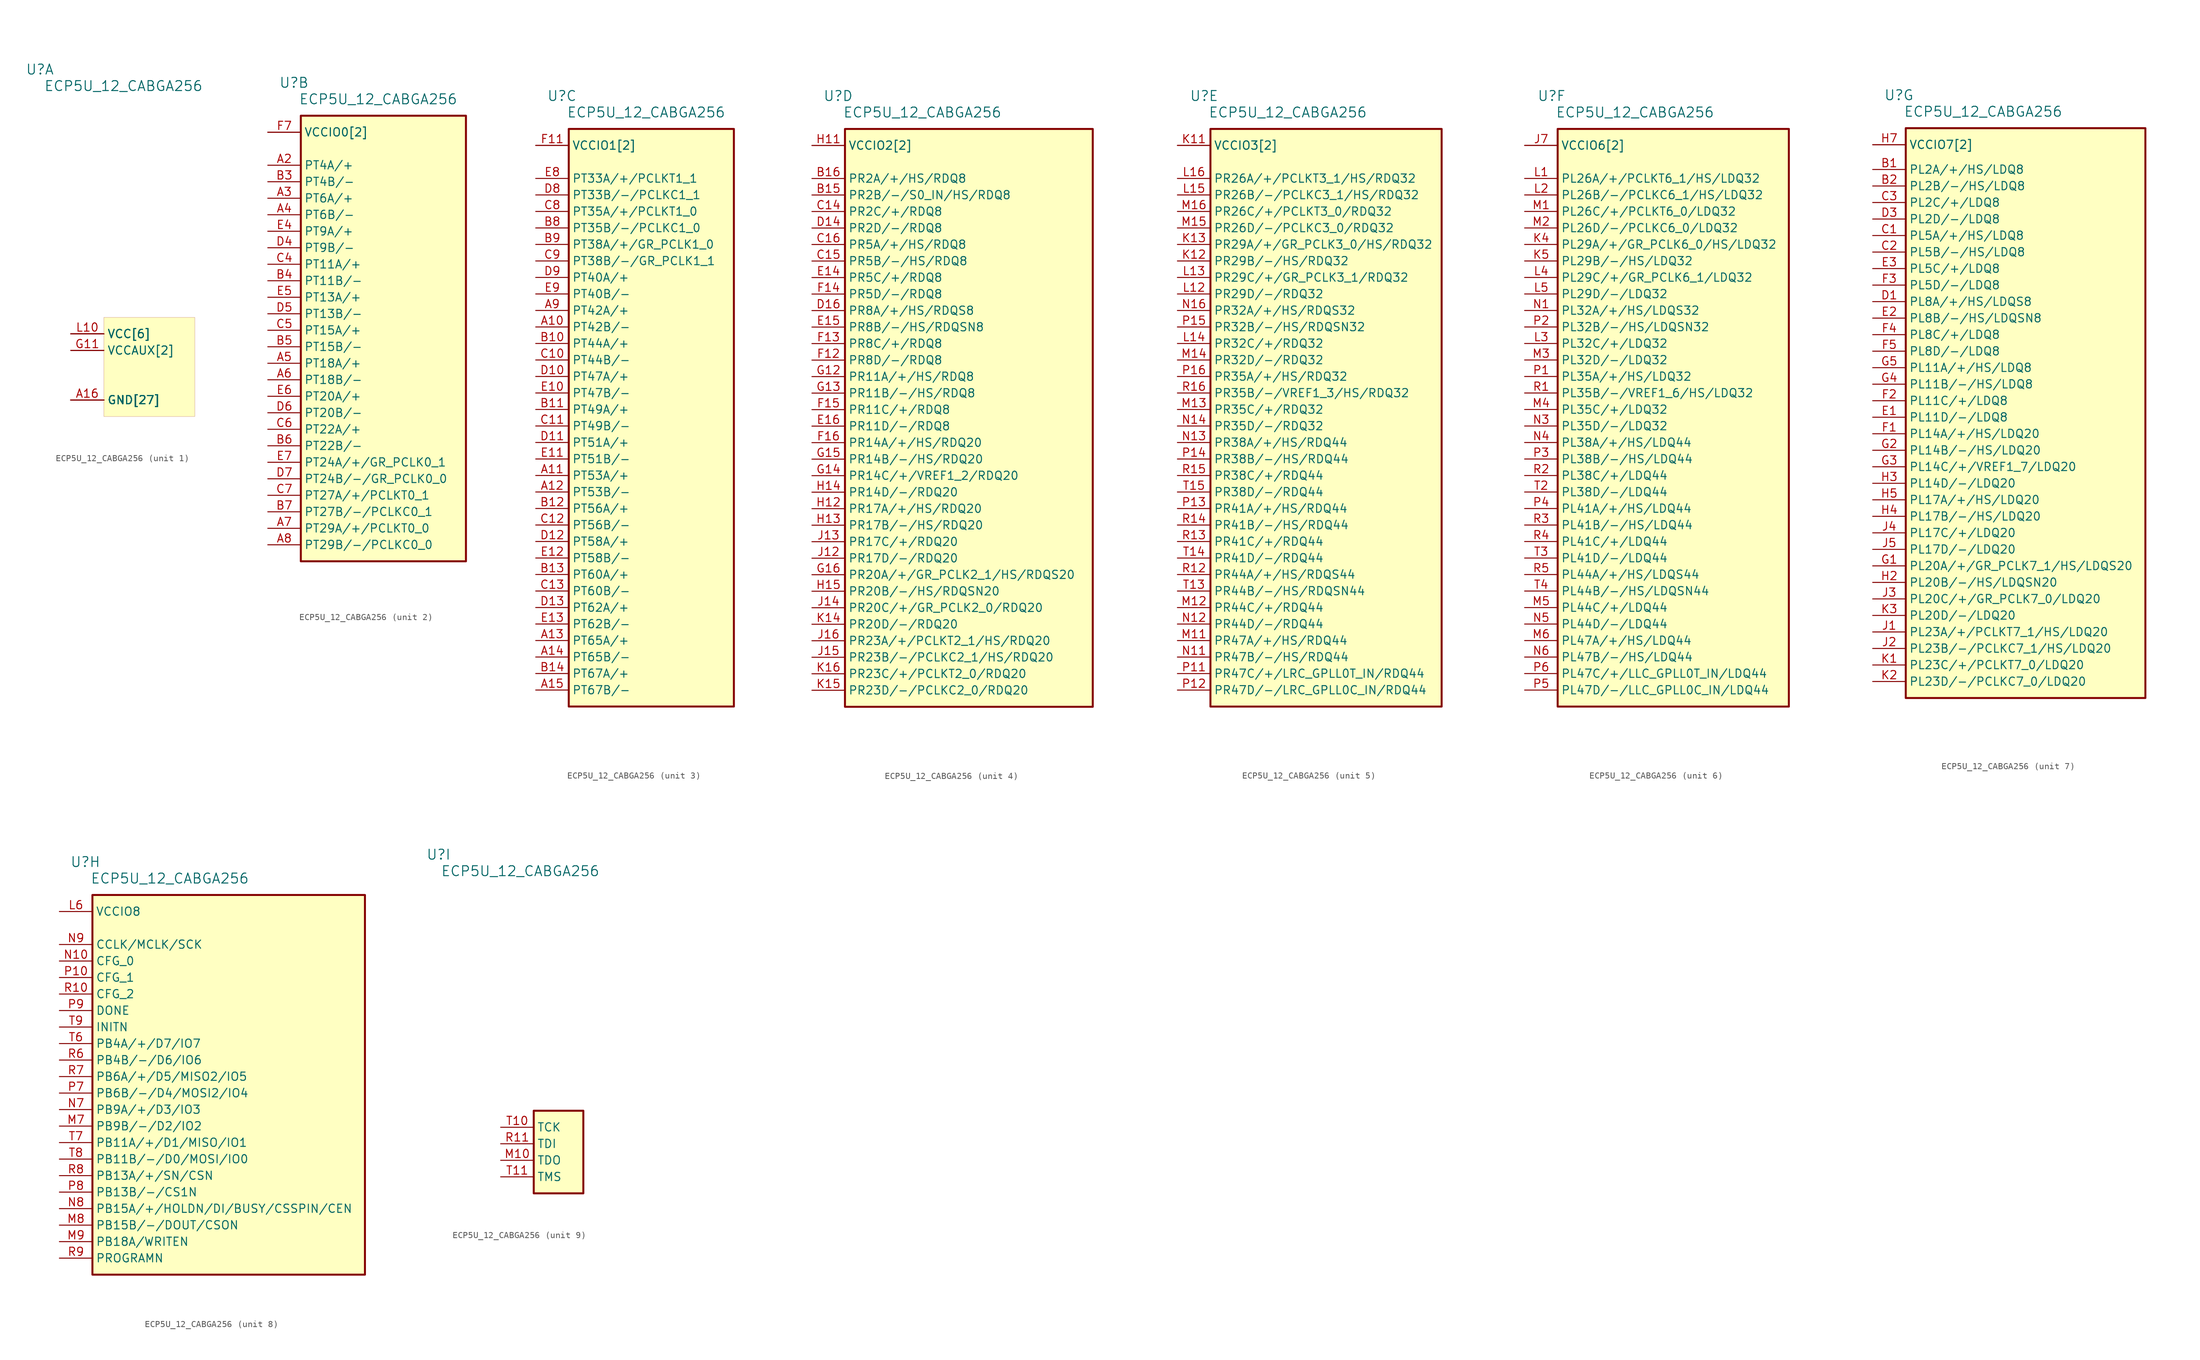
<source format=kicad_sym>
(kicad_symbol_lib
  (version 20231120)
  (generator "kicad_symbol_editor")
  (generator_version "8.0")
  (symbol "ECP5U_12_CABGA256"
    (property "Reference" "U"
      (at -15.24 45.72 0)
      (effects (font (size 1.524 1.524)) (justify right)))
    (property "Value" "ECP5U_12_CABGA256"
      (at 7.62 43.18 0)
      (effects (font (size 1.524 1.524)) (justify right)))
    (property "ki_locked" ""
      (at 0 0 0)
      (effects (font (size 1.27 1.27))))
    (symbol "ECP5U_12_CABGA256_1_1"
      (rectangle (start -7.62 7.62) (end 6.35 -7.62) (stroke (width 0.001) (type default)) (fill (type background)))
      (pin power_in line (at -12.7 -5.08 0) (length 5.08) (name "GND[27]" (effects (font (size 1.27 1.27)))) (number "A1" (effects (font (size 0 0)))))
      (pin power_in line (at -12.7 -5.08 0) (length 5.08) (name "GND[27]" (effects (font (size 1.27 1.27)))) (number "A16" (effects (font (size 1.27 1.27)))))
      (pin power_in line (at -12.7 -5.08 0) (length 5.08) (name "GND[27]" (effects (font (size 1.27 1.27)))) (number "D15" (effects (font (size 0 0)))))
      (pin power_in line (at -12.7 -5.08 0) (length 5.08) (name "GND[27]" (effects (font (size 1.27 1.27)))) (number "D2" (effects (font (size 0 0)))))
      (pin power_in line (at -12.7 -5.08 0) (length 5.08) (name "GND[27]" (effects (font (size 1.27 1.27)))) (number "F8" (effects (font (size 0 0)))))
      (pin power_in line (at -12.7 -5.08 0) (length 5.08) (name "GND[27]" (effects (font (size 1.27 1.27)))) (number "F9" (effects (font (size 0 0)))))
      (pin power_in line (at -12.7 -5.08 0) (length 5.08) (name "GND[27]" (effects (font (size 1.27 1.27)))) (number "G10" (effects (font (size 0 0)))))
      (pin power_in line (at -12.7 2.54 0) (length 5.08) (name "VCCAUX[2]" (effects (font (size 1.27 1.27)))) (number "G11" (effects (font (size 1.27 1.27)))))
      (pin power_in line (at -12.7 5.08 0) (length 5.08) (name "VCC[6]" (effects (font (size 1.27 1.27)))) (number "G6" (effects (font (size 0 0)))))
      (pin power_in line (at -12.7 5.08 0) (length 5.08) (name "VCC[6]" (effects (font (size 1.27 1.27)))) (number "G7" (effects (font (size 0 0)))))
      (pin power_in line (at -12.7 -5.08 0) (length 5.08) (name "GND[27]" (effects (font (size 1.27 1.27)))) (number "G8" (effects (font (size 0 0)))))
      (pin power_in line (at -12.7 5.08 0) (length 5.08) (name "VCC[6]" (effects (font (size 1.27 1.27)))) (number "G9" (effects (font (size 0 0)))))
      (pin power_in line (at -12.7 -5.08 0) (length 5.08) (name "GND[27]" (effects (font (size 1.27 1.27)))) (number "H1" (effects (font (size 0 0)))))
      (pin power_in line (at -12.7 -5.08 0) (length 5.08) (name "GND[27]" (effects (font (size 1.27 1.27)))) (number "H10" (effects (font (size 0 0)))))
      (pin power_in line (at -12.7 -5.08 0) (length 5.08) (name "GND[27]" (effects (font (size 1.27 1.27)))) (number "H16" (effects (font (size 0 0)))))
      (pin power_in line (at -12.7 -5.08 0) (length 5.08) (name "GND[27]" (effects (font (size 1.27 1.27)))) (number "H8" (effects (font (size 0 0)))))
      (pin power_in line (at -12.7 -5.08 0) (length 5.08) (name "GND[27]" (effects (font (size 1.27 1.27)))) (number "H9" (effects (font (size 0 0)))))
      (pin power_in line (at -12.7 -5.08 0) (length 5.08) (name "GND[27]" (effects (font (size 1.27 1.27)))) (number "J10" (effects (font (size 0 0)))))
      (pin power_in line (at -12.7 -5.08 0) (length 5.08) (name "GND[27]" (effects (font (size 1.27 1.27)))) (number "J8" (effects (font (size 0 0)))))
      (pin power_in line (at -12.7 -5.08 0) (length 5.08) (name "GND[27]" (effects (font (size 1.27 1.27)))) (number "J9" (effects (font (size 0 0)))))
      (pin power_in line (at -12.7 -5.08 0) (length 5.08) (name "GND[27]" (effects (font (size 1.27 1.27)))) (number "K10" (effects (font (size 0 0)))))
      (pin power_in line (at -12.7 -5.08 0) (length 5.08) (name "GND[27]" (effects (font (size 1.27 1.27)))) (number "K6" (effects (font (size 0 0)))))
      (pin power_in line (at -12.7 -5.08 0) (length 5.08) (name "GND[27]" (effects (font (size 1.27 1.27)))) (number "K7" (effects (font (size 0 0)))))
      (pin power_in line (at -12.7 -5.08 0) (length 5.08) (name "GND[27]" (effects (font (size 1.27 1.27)))) (number "K8" (effects (font (size 0 0)))))
      (pin power_in line (at -12.7 -5.08 0) (length 5.08) (name "GND[27]" (effects (font (size 1.27 1.27)))) (number "K9" (effects (font (size 0 0)))))
      (pin power_in line (at -12.7 5.08 0) (length 5.08) (name "VCC[6]" (effects (font (size 1.27 1.27)))) (number "L10" (effects (font (size 1.27 1.27)))))
      (pin power_in line (at -12.7 2.54 0) (length 5.08) (name "VCCAUX[2]" (effects (font (size 1.27 1.27)))) (number "L7" (effects (font (size 0 0)))))
      (pin power_in line (at -12.7 5.08 0) (length 5.08) (name "VCC[6]" (effects (font (size 1.27 1.27)))) (number "L8" (effects (font (size 0 0)))))
      (pin power_in line (at -12.7 5.08 0) (length 5.08) (name "VCC[6]" (effects (font (size 1.27 1.27)))) (number "L9" (effects (font (size 0 0)))))
      (pin power_in line (at -12.7 -5.08 0) (length 5.08) (name "GND[27]" (effects (font (size 1.27 1.27)))) (number "N15" (effects (font (size 0 0)))))
      (pin power_in line (at -12.7 -5.08 0) (length 5.08) (name "GND[27]" (effects (font (size 1.27 1.27)))) (number "N2" (effects (font (size 0 0)))))
      (pin power_in line (at -12.7 -5.08 0) (length 5.08) (name "GND[27]" (effects (font (size 1.27 1.27)))) (number "T1" (effects (font (size 0 0)))))
      (pin power_in line (at -12.7 -5.08 0) (length 5.08) (name "GND[27]" (effects (font (size 1.27 1.27)))) (number "T12" (effects (font (size 0 0)))))
      (pin power_in line (at -12.7 -5.08 0) (length 5.08) (name "GND[27]" (effects (font (size 1.27 1.27)))) (number "T16" (effects (font (size 0 0)))))
      (pin power_in line (at -12.7 -5.08 0) (length 5.08) (name "GND[27]" (effects (font (size 1.27 1.27)))) (number "T5" (effects (font (size 0 0))))))
    (symbol "ECP5U_12_CABGA256_2_1"
      (rectangle (start -16.51 40.64) (end 8.89 -27.94) (stroke (width 0.305) (type default)) (fill (type background)))
      (pin bidirectional line (at -21.59 33.02 0) (length 5.08) (name "PT4A/+" (effects (font (size 1.27 1.27)))) (number "A2" (effects (font (size 1.27 1.27)))))
      (pin bidirectional line (at -21.59 27.94 0) (length 5.08) (name "PT6A/+" (effects (font (size 1.27 1.27)))) (number "A3" (effects (font (size 1.27 1.27)))))
      (pin bidirectional line (at -21.59 25.4 0) (length 5.08) (name "PT6B/-" (effects (font (size 1.27 1.27)))) (number "A4" (effects (font (size 1.27 1.27)))))
      (pin bidirectional line (at -21.59 2.54 0) (length 5.08) (name "PT18A/+" (effects (font (size 1.27 1.27)))) (number "A5" (effects (font (size 1.27 1.27)))))
      (pin bidirectional line (at -21.59 0 0) (length 5.08) (name "PT18B/-" (effects (font (size 1.27 1.27)))) (number "A6" (effects (font (size 1.27 1.27)))))
      (pin bidirectional line (at -21.59 -22.86 0) (length 5.08) (name "PT29A/+/PCLKT0_0" (effects (font (size 1.27 1.27)))) (number "A7" (effects (font (size 1.27 1.27)))))
      (pin bidirectional line (at -21.59 -25.4 0) (length 5.08) (name "PT29B/-/PCLKC0_0" (effects (font (size 1.27 1.27)))) (number "A8" (effects (font (size 1.27 1.27)))))
      (pin bidirectional line (at -21.59 30.48 0) (length 5.08) (name "PT4B/-" (effects (font (size 1.27 1.27)))) (number "B3" (effects (font (size 1.27 1.27)))))
      (pin bidirectional line (at -21.59 15.24 0) (length 5.08) (name "PT11B/-" (effects (font (size 1.27 1.27)))) (number "B4" (effects (font (size 1.27 1.27)))))
      (pin bidirectional line (at -21.59 5.08 0) (length 5.08) (name "PT15B/-" (effects (font (size 1.27 1.27)))) (number "B5" (effects (font (size 1.27 1.27)))))
      (pin bidirectional line (at -21.59 -10.16 0) (length 5.08) (name "PT22B/-" (effects (font (size 1.27 1.27)))) (number "B6" (effects (font (size 1.27 1.27)))))
      (pin bidirectional line (at -21.59 -20.32 0) (length 5.08) (name "PT27B/-/PCLKC0_1" (effects (font (size 1.27 1.27)))) (number "B7" (effects (font (size 1.27 1.27)))))
      (pin bidirectional line (at -21.59 17.78 0) (length 5.08) (name "PT11A/+" (effects (font (size 1.27 1.27)))) (number "C4" (effects (font (size 1.27 1.27)))))
      (pin bidirectional line (at -21.59 7.62 0) (length 5.08) (name "PT15A/+" (effects (font (size 1.27 1.27)))) (number "C5" (effects (font (size 1.27 1.27)))))
      (pin bidirectional line (at -21.59 -7.62 0) (length 5.08) (name "PT22A/+" (effects (font (size 1.27 1.27)))) (number "C6" (effects (font (size 1.27 1.27)))))
      (pin bidirectional line (at -21.59 -17.78 0) (length 5.08) (name "PT27A/+/PCLKT0_1" (effects (font (size 1.27 1.27)))) (number "C7" (effects (font (size 1.27 1.27)))))
      (pin bidirectional line (at -21.59 20.32 0) (length 5.08) (name "PT9B/-" (effects (font (size 1.27 1.27)))) (number "D4" (effects (font (size 1.27 1.27)))))
      (pin bidirectional line (at -21.59 10.16 0) (length 5.08) (name "PT13B/-" (effects (font (size 1.27 1.27)))) (number "D5" (effects (font (size 1.27 1.27)))))
      (pin bidirectional line (at -21.59 -5.08 0) (length 5.08) (name "PT20B/-" (effects (font (size 1.27 1.27)))) (number "D6" (effects (font (size 1.27 1.27)))))
      (pin bidirectional line (at -21.59 -15.24 0) (length 5.08) (name "PT24B/-/GR_PCLK0_0" (effects (font (size 1.27 1.27)))) (number "D7" (effects (font (size 1.27 1.27)))))
      (pin bidirectional line (at -21.59 22.86 0) (length 5.08) (name "PT9A/+" (effects (font (size 1.27 1.27)))) (number "E4" (effects (font (size 1.27 1.27)))))
      (pin bidirectional line (at -21.59 12.7 0) (length 5.08) (name "PT13A/+" (effects (font (size 1.27 1.27)))) (number "E5" (effects (font (size 1.27 1.27)))))
      (pin bidirectional line (at -21.59 -2.54 0) (length 5.08) (name "PT20A/+" (effects (font (size 1.27 1.27)))) (number "E6" (effects (font (size 1.27 1.27)))))
      (pin bidirectional line (at -21.59 -12.7 0) (length 5.08) (name "PT24A/+/GR_PCLK0_1" (effects (font (size 1.27 1.27)))) (number "E7" (effects (font (size 1.27 1.27)))))
      (pin power_in line (at -21.59 38.1 0) (length 5.08) (name "VCCIO0[2]" (effects (font (size 1.27 1.27)))) (number "F6" (effects (font (size 0 0)))))
      (pin power_in line (at -21.59 38.1 0) (length 5.08) (name "VCCIO0[2]" (effects (font (size 1.27 1.27)))) (number "F7" (effects (font (size 1.27 1.27))))))
    (symbol "ECP5U_12_CABGA256_3_1"
      (rectangle (start -16.51 40.64) (end 8.89 -48.26) (stroke (width 0.305) (type default)) (fill (type background)))
      (pin bidirectional line (at -21.59 10.16 0) (length 5.08) (name "PT42B/-" (effects (font (size 1.27 1.27)))) (number "A10" (effects (font (size 1.27 1.27)))))
      (pin bidirectional line (at -21.59 -12.7 0) (length 5.08) (name "PT53A/+" (effects (font (size 1.27 1.27)))) (number "A11" (effects (font (size 1.27 1.27)))))
      (pin bidirectional line (at -21.59 -15.24 0) (length 5.08) (name "PT53B/-" (effects (font (size 1.27 1.27)))) (number "A12" (effects (font (size 1.27 1.27)))))
      (pin bidirectional line (at -21.59 -38.1 0) (length 5.08) (name "PT65A/+" (effects (font (size 1.27 1.27)))) (number "A13" (effects (font (size 1.27 1.27)))))
      (pin bidirectional line (at -21.59 -40.64 0) (length 5.08) (name "PT65B/-" (effects (font (size 1.27 1.27)))) (number "A14" (effects (font (size 1.27 1.27)))))
      (pin bidirectional line (at -21.59 -45.72 0) (length 5.08) (name "PT67B/-" (effects (font (size 1.27 1.27)))) (number "A15" (effects (font (size 1.27 1.27)))))
      (pin bidirectional line (at -21.59 12.7 0) (length 5.08) (name "PT42A/+" (effects (font (size 1.27 1.27)))) (number "A9" (effects (font (size 1.27 1.27)))))
      (pin bidirectional line (at -21.59 7.62 0) (length 5.08) (name "PT44A/+" (effects (font (size 1.27 1.27)))) (number "B10" (effects (font (size 1.27 1.27)))))
      (pin bidirectional line (at -21.59 -2.54 0) (length 5.08) (name "PT49A/+" (effects (font (size 1.27 1.27)))) (number "B11" (effects (font (size 1.27 1.27)))))
      (pin bidirectional line (at -21.59 -17.78 0) (length 5.08) (name "PT56A/+" (effects (font (size 1.27 1.27)))) (number "B12" (effects (font (size 1.27 1.27)))))
      (pin bidirectional line (at -21.59 -27.94 0) (length 5.08) (name "PT60A/+" (effects (font (size 1.27 1.27)))) (number "B13" (effects (font (size 1.27 1.27)))))
      (pin bidirectional line (at -21.59 -43.18 0) (length 5.08) (name "PT67A/+" (effects (font (size 1.27 1.27)))) (number "B14" (effects (font (size 1.27 1.27)))))
      (pin bidirectional line (at -21.59 25.4 0) (length 5.08) (name "PT35B/-/PCLKC1_0" (effects (font (size 1.27 1.27)))) (number "B8" (effects (font (size 1.27 1.27)))))
      (pin bidirectional line (at -21.59 22.86 0) (length 5.08) (name "PT38A/+/GR_PCLK1_0" (effects (font (size 1.27 1.27)))) (number "B9" (effects (font (size 1.27 1.27)))))
      (pin bidirectional line (at -21.59 5.08 0) (length 5.08) (name "PT44B/-" (effects (font (size 1.27 1.27)))) (number "C10" (effects (font (size 1.27 1.27)))))
      (pin bidirectional line (at -21.59 -5.08 0) (length 5.08) (name "PT49B/-" (effects (font (size 1.27 1.27)))) (number "C11" (effects (font (size 1.27 1.27)))))
      (pin bidirectional line (at -21.59 -20.32 0) (length 5.08) (name "PT56B/-" (effects (font (size 1.27 1.27)))) (number "C12" (effects (font (size 1.27 1.27)))))
      (pin bidirectional line (at -21.59 -30.48 0) (length 5.08) (name "PT60B/-" (effects (font (size 1.27 1.27)))) (number "C13" (effects (font (size 1.27 1.27)))))
      (pin bidirectional line (at -21.59 27.94 0) (length 5.08) (name "PT35A/+/PCLKT1_0" (effects (font (size 1.27 1.27)))) (number "C8" (effects (font (size 1.27 1.27)))))
      (pin bidirectional line (at -21.59 20.32 0) (length 5.08) (name "PT38B/-/GR_PCLK1_1" (effects (font (size 1.27 1.27)))) (number "C9" (effects (font (size 1.27 1.27)))))
      (pin bidirectional line (at -21.59 2.54 0) (length 5.08) (name "PT47A/+" (effects (font (size 1.27 1.27)))) (number "D10" (effects (font (size 1.27 1.27)))))
      (pin bidirectional line (at -21.59 -7.62 0) (length 5.08) (name "PT51A/+" (effects (font (size 1.27 1.27)))) (number "D11" (effects (font (size 1.27 1.27)))))
      (pin bidirectional line (at -21.59 -22.86 0) (length 5.08) (name "PT58A/+" (effects (font (size 1.27 1.27)))) (number "D12" (effects (font (size 1.27 1.27)))))
      (pin bidirectional line (at -21.59 -33.02 0) (length 5.08) (name "PT62A/+" (effects (font (size 1.27 1.27)))) (number "D13" (effects (font (size 1.27 1.27)))))
      (pin bidirectional line (at -21.59 30.48 0) (length 5.08) (name "PT33B/-/PCLKC1_1" (effects (font (size 1.27 1.27)))) (number "D8" (effects (font (size 1.27 1.27)))))
      (pin bidirectional line (at -21.59 17.78 0) (length 5.08) (name "PT40A/+" (effects (font (size 1.27 1.27)))) (number "D9" (effects (font (size 1.27 1.27)))))
      (pin bidirectional line (at -21.59 0 0) (length 5.08) (name "PT47B/-" (effects (font (size 1.27 1.27)))) (number "E10" (effects (font (size 1.27 1.27)))))
      (pin bidirectional line (at -21.59 -10.16 0) (length 5.08) (name "PT51B/-" (effects (font (size 1.27 1.27)))) (number "E11" (effects (font (size 1.27 1.27)))))
      (pin bidirectional line (at -21.59 -25.4 0) (length 5.08) (name "PT58B/-" (effects (font (size 1.27 1.27)))) (number "E12" (effects (font (size 1.27 1.27)))))
      (pin bidirectional line (at -21.59 -35.56 0) (length 5.08) (name "PT62B/-" (effects (font (size 1.27 1.27)))) (number "E13" (effects (font (size 1.27 1.27)))))
      (pin bidirectional line (at -21.59 33.02 0) (length 5.08) (name "PT33A/+/PCLKT1_1" (effects (font (size 1.27 1.27)))) (number "E8" (effects (font (size 1.27 1.27)))))
      (pin bidirectional line (at -21.59 15.24 0) (length 5.08) (name "PT40B/-" (effects (font (size 1.27 1.27)))) (number "E9" (effects (font (size 1.27 1.27)))))
      (pin power_in line (at -21.59 38.1 0) (length 5.08) (name "VCCIO1[2]" (effects (font (size 1.27 1.27)))) (number "F10" (effects (font (size 0 0)))))
      (pin power_in line (at -21.59 38.1 0) (length 5.08) (name "VCCIO1[2]" (effects (font (size 1.27 1.27)))) (number "F11" (effects (font (size 1.27 1.27))))))
    (symbol "ECP5U_12_CABGA256_4_1"
      (rectangle (start -16.51 40.64) (end 21.59 -48.26) (stroke (width 0.305) (type default)) (fill (type background)))
      (pin bidirectional line (at -21.59 30.48 0) (length 5.08) (name "PR2B/-/S0_IN/HS/RDQ8" (effects (font (size 1.27 1.27)))) (number "B15" (effects (font (size 1.27 1.27)))))
      (pin bidirectional line (at -21.59 33.02 0) (length 5.08) (name "PR2A/+/HS/RDQ8" (effects (font (size 1.27 1.27)))) (number "B16" (effects (font (size 1.27 1.27)))))
      (pin bidirectional line (at -21.59 27.94 0) (length 5.08) (name "PR2C/+/RDQ8" (effects (font (size 1.27 1.27)))) (number "C14" (effects (font (size 1.27 1.27)))))
      (pin bidirectional line (at -21.59 20.32 0) (length 5.08) (name "PR5B/-/HS/RDQ8" (effects (font (size 1.27 1.27)))) (number "C15" (effects (font (size 1.27 1.27)))))
      (pin bidirectional line (at -21.59 22.86 0) (length 5.08) (name "PR5A/+/HS/RDQ8" (effects (font (size 1.27 1.27)))) (number "C16" (effects (font (size 1.27 1.27)))))
      (pin bidirectional line (at -21.59 25.4 0) (length 5.08) (name "PR2D/-/RDQ8" (effects (font (size 1.27 1.27)))) (number "D14" (effects (font (size 1.27 1.27)))))
      (pin bidirectional line (at -21.59 12.7 0) (length 5.08) (name "PR8A/+/HS/RDQS8" (effects (font (size 1.27 1.27)))) (number "D16" (effects (font (size 1.27 1.27)))))
      (pin bidirectional line (at -21.59 17.78 0) (length 5.08) (name "PR5C/+/RDQ8" (effects (font (size 1.27 1.27)))) (number "E14" (effects (font (size 1.27 1.27)))))
      (pin bidirectional line (at -21.59 10.16 0) (length 5.08) (name "PR8B/-/HS/RDQSN8" (effects (font (size 1.27 1.27)))) (number "E15" (effects (font (size 1.27 1.27)))))
      (pin bidirectional line (at -21.59 -5.08 0) (length 5.08) (name "PR11D/-/RDQ8" (effects (font (size 1.27 1.27)))) (number "E16" (effects (font (size 1.27 1.27)))))
      (pin bidirectional line (at -21.59 5.08 0) (length 5.08) (name "PR8D/-/RDQ8" (effects (font (size 1.27 1.27)))) (number "F12" (effects (font (size 1.27 1.27)))))
      (pin bidirectional line (at -21.59 7.62 0) (length 5.08) (name "PR8C/+/RDQ8" (effects (font (size 1.27 1.27)))) (number "F13" (effects (font (size 1.27 1.27)))))
      (pin bidirectional line (at -21.59 15.24 0) (length 5.08) (name "PR5D/-/RDQ8" (effects (font (size 1.27 1.27)))) (number "F14" (effects (font (size 1.27 1.27)))))
      (pin bidirectional line (at -21.59 -2.54 0) (length 5.08) (name "PR11C/+/RDQ8" (effects (font (size 1.27 1.27)))) (number "F15" (effects (font (size 1.27 1.27)))))
      (pin bidirectional line (at -21.59 -7.62 0) (length 5.08) (name "PR14A/+/HS/RDQ20" (effects (font (size 1.27 1.27)))) (number "F16" (effects (font (size 1.27 1.27)))))
      (pin bidirectional line (at -21.59 2.54 0) (length 5.08) (name "PR11A/+/HS/RDQ8" (effects (font (size 1.27 1.27)))) (number "G12" (effects (font (size 1.27 1.27)))))
      (pin bidirectional line (at -21.59 0 0) (length 5.08) (name "PR11B/-/HS/RDQ8" (effects (font (size 1.27 1.27)))) (number "G13" (effects (font (size 1.27 1.27)))))
      (pin bidirectional line (at -21.59 -12.7 0) (length 5.08) (name "PR14C/+/VREF1_2/RDQ20" (effects (font (size 1.27 1.27)))) (number "G14" (effects (font (size 1.27 1.27)))))
      (pin bidirectional line (at -21.59 -10.16 0) (length 5.08) (name "PR14B/-/HS/RDQ20" (effects (font (size 1.27 1.27)))) (number "G15" (effects (font (size 1.27 1.27)))))
      (pin bidirectional line (at -21.59 -27.94 0) (length 5.08) (name "PR20A/+/GR_PCLK2_1/HS/RDQS20" (effects (font (size 1.27 1.27)))) (number "G16" (effects (font (size 1.27 1.27)))))
      (pin power_in line (at -21.59 38.1 0) (length 5.08) (name "VCCIO2[2]" (effects (font (size 1.27 1.27)))) (number "H11" (effects (font (size 1.27 1.27)))))
      (pin bidirectional line (at -21.59 -17.78 0) (length 5.08) (name "PR17A/+/HS/RDQ20" (effects (font (size 1.27 1.27)))) (number "H12" (effects (font (size 1.27 1.27)))))
      (pin bidirectional line (at -21.59 -20.32 0) (length 5.08) (name "PR17B/-/HS/RDQ20" (effects (font (size 1.27 1.27)))) (number "H13" (effects (font (size 1.27 1.27)))))
      (pin bidirectional line (at -21.59 -15.24 0) (length 5.08) (name "PR14D/-/RDQ20" (effects (font (size 1.27 1.27)))) (number "H14" (effects (font (size 1.27 1.27)))))
      (pin bidirectional line (at -21.59 -30.48 0) (length 5.08) (name "PR20B/-/HS/RDQSN20" (effects (font (size 1.27 1.27)))) (number "H15" (effects (font (size 1.27 1.27)))))
      (pin power_in line (at -21.59 38.1 0) (length 5.08) (name "VCCIO2[2]" (effects (font (size 1.27 1.27)))) (number "J11" (effects (font (size 0 0)))))
      (pin bidirectional line (at -21.59 -25.4 0) (length 5.08) (name "PR17D/-/RDQ20" (effects (font (size 1.27 1.27)))) (number "J12" (effects (font (size 1.27 1.27)))))
      (pin bidirectional line (at -21.59 -22.86 0) (length 5.08) (name "PR17C/+/RDQ20" (effects (font (size 1.27 1.27)))) (number "J13" (effects (font (size 1.27 1.27)))))
      (pin bidirectional line (at -21.59 -33.02 0) (length 5.08) (name "PR20C/+/GR_PCLK2_0/RDQ20" (effects (font (size 1.27 1.27)))) (number "J14" (effects (font (size 1.27 1.27)))))
      (pin bidirectional line (at -21.59 -40.64 0) (length 5.08) (name "PR23B/-/PCLKC2_1/HS/RDQ20" (effects (font (size 1.27 1.27)))) (number "J15" (effects (font (size 1.27 1.27)))))
      (pin bidirectional line (at -21.59 -38.1 0) (length 5.08) (name "PR23A/+/PCLKT2_1/HS/RDQ20" (effects (font (size 1.27 1.27)))) (number "J16" (effects (font (size 1.27 1.27)))))
      (pin bidirectional line (at -21.59 -35.56 0) (length 5.08) (name "PR20D/-/RDQ20" (effects (font (size 1.27 1.27)))) (number "K14" (effects (font (size 1.27 1.27)))))
      (pin bidirectional line (at -21.59 -45.72 0) (length 5.08) (name "PR23D/-/PCLKC2_0/RDQ20" (effects (font (size 1.27 1.27)))) (number "K15" (effects (font (size 1.27 1.27)))))
      (pin bidirectional line (at -21.59 -43.18 0) (length 5.08) (name "PR23C/+/PCLKT2_0/RDQ20" (effects (font (size 1.27 1.27)))) (number "K16" (effects (font (size 1.27 1.27))))))
    (symbol "ECP5U_12_CABGA256_5_1"
      (rectangle (start -16.51 40.64) (end 19.05 -48.26) (stroke (width 0.305) (type default)) (fill (type background)))
      (pin power_in line (at -21.59 38.1 0) (length 5.08) (name "VCCIO3[2]" (effects (font (size 1.27 1.27)))) (number "K11" (effects (font (size 1.27 1.27)))))
      (pin bidirectional line (at -21.59 20.32 0) (length 5.08) (name "PR29B/-/HS/RDQ32" (effects (font (size 1.27 1.27)))) (number "K12" (effects (font (size 1.27 1.27)))))
      (pin bidirectional line (at -21.59 22.86 0) (length 5.08) (name "PR29A/+/GR_PCLK3_0/HS/RDQ32" (effects (font (size 1.27 1.27)))) (number "K13" (effects (font (size 1.27 1.27)))))
      (pin power_in line (at -21.59 38.1 0) (length 5.08) (name "VCCIO3[2]" (effects (font (size 1.27 1.27)))) (number "L11" (effects (font (size 0 0)))))
      (pin bidirectional line (at -21.59 15.24 0) (length 5.08) (name "PR29D/-/RDQ32" (effects (font (size 1.27 1.27)))) (number "L12" (effects (font (size 1.27 1.27)))))
      (pin bidirectional line (at -21.59 17.78 0) (length 5.08) (name "PR29C/+/GR_PCLK3_1/RDQ32" (effects (font (size 1.27 1.27)))) (number "L13" (effects (font (size 1.27 1.27)))))
      (pin bidirectional line (at -21.59 7.62 0) (length 5.08) (name "PR32C/+/RDQ32" (effects (font (size 1.27 1.27)))) (number "L14" (effects (font (size 1.27 1.27)))))
      (pin bidirectional line (at -21.59 30.48 0) (length 5.08) (name "PR26B/-/PCLKC3_1/HS/RDQ32" (effects (font (size 1.27 1.27)))) (number "L15" (effects (font (size 1.27 1.27)))))
      (pin bidirectional line (at -21.59 33.02 0) (length 5.08) (name "PR26A/+/PCLKT3_1/HS/RDQ32" (effects (font (size 1.27 1.27)))) (number "L16" (effects (font (size 1.27 1.27)))))
      (pin bidirectional line (at -21.59 -38.1 0) (length 5.08) (name "PR47A/+/HS/RDQ44" (effects (font (size 1.27 1.27)))) (number "M11" (effects (font (size 1.27 1.27)))))
      (pin bidirectional line (at -21.59 -33.02 0) (length 5.08) (name "PR44C/+/RDQ44" (effects (font (size 1.27 1.27)))) (number "M12" (effects (font (size 1.27 1.27)))))
      (pin bidirectional line (at -21.59 -2.54 0) (length 5.08) (name "PR35C/+/RDQ32" (effects (font (size 1.27 1.27)))) (number "M13" (effects (font (size 1.27 1.27)))))
      (pin bidirectional line (at -21.59 5.08 0) (length 5.08) (name "PR32D/-/RDQ32" (effects (font (size 1.27 1.27)))) (number "M14" (effects (font (size 1.27 1.27)))))
      (pin bidirectional line (at -21.59 25.4 0) (length 5.08) (name "PR26D/-/PCLKC3_0/RDQ32" (effects (font (size 1.27 1.27)))) (number "M15" (effects (font (size 1.27 1.27)))))
      (pin bidirectional line (at -21.59 27.94 0) (length 5.08) (name "PR26C/+/PCLKT3_0/RDQ32" (effects (font (size 1.27 1.27)))) (number "M16" (effects (font (size 1.27 1.27)))))
      (pin bidirectional line (at -21.59 -40.64 0) (length 5.08) (name "PR47B/-/HS/RDQ44" (effects (font (size 1.27 1.27)))) (number "N11" (effects (font (size 1.27 1.27)))))
      (pin bidirectional line (at -21.59 -35.56 0) (length 5.08) (name "PR44D/-/RDQ44" (effects (font (size 1.27 1.27)))) (number "N12" (effects (font (size 1.27 1.27)))))
      (pin bidirectional line (at -21.59 -7.62 0) (length 5.08) (name "PR38A/+/HS/RDQ44" (effects (font (size 1.27 1.27)))) (number "N13" (effects (font (size 1.27 1.27)))))
      (pin bidirectional line (at -21.59 -5.08 0) (length 5.08) (name "PR35D/-/RDQ32" (effects (font (size 1.27 1.27)))) (number "N14" (effects (font (size 1.27 1.27)))))
      (pin bidirectional line (at -21.59 12.7 0) (length 5.08) (name "PR32A/+/HS/RDQS32" (effects (font (size 1.27 1.27)))) (number "N16" (effects (font (size 1.27 1.27)))))
      (pin bidirectional line (at -21.59 -43.18 0) (length 5.08) (name "PR47C/+/LRC_GPLL0T_IN/RDQ44" (effects (font (size 1.27 1.27)))) (number "P11" (effects (font (size 1.27 1.27)))))
      (pin bidirectional line (at -21.59 -45.72 0) (length 5.08) (name "PR47D/-/LRC_GPLL0C_IN/RDQ44" (effects (font (size 1.27 1.27)))) (number "P12" (effects (font (size 1.27 1.27)))))
      (pin bidirectional line (at -21.59 -17.78 0) (length 5.08) (name "PR41A/+/HS/RDQ44" (effects (font (size 1.27 1.27)))) (number "P13" (effects (font (size 1.27 1.27)))))
      (pin bidirectional line (at -21.59 -10.16 0) (length 5.08) (name "PR38B/-/HS/RDQ44" (effects (font (size 1.27 1.27)))) (number "P14" (effects (font (size 1.27 1.27)))))
      (pin bidirectional line (at -21.59 10.16 0) (length 5.08) (name "PR32B/-/HS/RDQSN32" (effects (font (size 1.27 1.27)))) (number "P15" (effects (font (size 1.27 1.27)))))
      (pin bidirectional line (at -21.59 2.54 0) (length 5.08) (name "PR35A/+/HS/RDQ32" (effects (font (size 1.27 1.27)))) (number "P16" (effects (font (size 1.27 1.27)))))
      (pin bidirectional line (at -21.59 -27.94 0) (length 5.08) (name "PR44A/+/HS/RDQS44" (effects (font (size 1.27 1.27)))) (number "R12" (effects (font (size 1.27 1.27)))))
      (pin bidirectional line (at -21.59 -22.86 0) (length 5.08) (name "PR41C/+/RDQ44" (effects (font (size 1.27 1.27)))) (number "R13" (effects (font (size 1.27 1.27)))))
      (pin bidirectional line (at -21.59 -20.32 0) (length 5.08) (name "PR41B/-/HS/RDQ44" (effects (font (size 1.27 1.27)))) (number "R14" (effects (font (size 1.27 1.27)))))
      (pin bidirectional line (at -21.59 -12.7 0) (length 5.08) (name "PR38C/+/RDQ44" (effects (font (size 1.27 1.27)))) (number "R15" (effects (font (size 1.27 1.27)))))
      (pin bidirectional line (at -21.59 0 0) (length 5.08) (name "PR35B/-/VREF1_3/HS/RDQ32" (effects (font (size 1.27 1.27)))) (number "R16" (effects (font (size 1.27 1.27)))))
      (pin bidirectional line (at -21.59 -30.48 0) (length 5.08) (name "PR44B/-/HS/RDQSN44" (effects (font (size 1.27 1.27)))) (number "T13" (effects (font (size 1.27 1.27)))))
      (pin bidirectional line (at -21.59 -25.4 0) (length 5.08) (name "PR41D/-/RDQ44" (effects (font (size 1.27 1.27)))) (number "T14" (effects (font (size 1.27 1.27)))))
      (pin bidirectional line (at -21.59 -15.24 0) (length 5.08) (name "PR38D/-/RDQ44" (effects (font (size 1.27 1.27)))) (number "T15" (effects (font (size 1.27 1.27))))))
    (symbol "ECP5U_12_CABGA256_6_1"
      (rectangle (start -16.51 40.64) (end 19.05 -48.26) (stroke (width 0.305) (type default)) (fill (type background)))
      (pin power_in line (at -21.59 38.1 0) (length 5.08) (name "VCCIO6[2]" (effects (font (size 1.27 1.27)))) (number "J6" (effects (font (size 0 0)))))
      (pin power_in line (at -21.59 38.1 0) (length 5.08) (name "VCCIO6[2]" (effects (font (size 1.27 1.27)))) (number "J7" (effects (font (size 1.27 1.27)))))
      (pin bidirectional line (at -21.59 22.86 0) (length 5.08) (name "PL29A/+/GR_PCLK6_0/HS/LDQ32" (effects (font (size 1.27 1.27)))) (number "K4" (effects (font (size 1.27 1.27)))))
      (pin bidirectional line (at -21.59 20.32 0) (length 5.08) (name "PL29B/-/HS/LDQ32" (effects (font (size 1.27 1.27)))) (number "K5" (effects (font (size 1.27 1.27)))))
      (pin bidirectional line (at -21.59 33.02 0) (length 5.08) (name "PL26A/+/PCLKT6_1/HS/LDQ32" (effects (font (size 1.27 1.27)))) (number "L1" (effects (font (size 1.27 1.27)))))
      (pin bidirectional line (at -21.59 30.48 0) (length 5.08) (name "PL26B/-/PCLKC6_1/HS/LDQ32" (effects (font (size 1.27 1.27)))) (number "L2" (effects (font (size 1.27 1.27)))))
      (pin bidirectional line (at -21.59 7.62 0) (length 5.08) (name "PL32C/+/LDQ32" (effects (font (size 1.27 1.27)))) (number "L3" (effects (font (size 1.27 1.27)))))
      (pin bidirectional line (at -21.59 17.78 0) (length 5.08) (name "PL29C/+/GR_PCLK6_1/LDQ32" (effects (font (size 1.27 1.27)))) (number "L4" (effects (font (size 1.27 1.27)))))
      (pin bidirectional line (at -21.59 15.24 0) (length 5.08) (name "PL29D/-/LDQ32" (effects (font (size 1.27 1.27)))) (number "L5" (effects (font (size 1.27 1.27)))))
      (pin bidirectional line (at -21.59 27.94 0) (length 5.08) (name "PL26C/+/PCLKT6_0/LDQ32" (effects (font (size 1.27 1.27)))) (number "M1" (effects (font (size 1.27 1.27)))))
      (pin bidirectional line (at -21.59 25.4 0) (length 5.08) (name "PL26D/-/PCLKC6_0/LDQ32" (effects (font (size 1.27 1.27)))) (number "M2" (effects (font (size 1.27 1.27)))))
      (pin bidirectional line (at -21.59 5.08 0) (length 5.08) (name "PL32D/-/LDQ32" (effects (font (size 1.27 1.27)))) (number "M3" (effects (font (size 1.27 1.27)))))
      (pin bidirectional line (at -21.59 -2.54 0) (length 5.08) (name "PL35C/+/LDQ32" (effects (font (size 1.27 1.27)))) (number "M4" (effects (font (size 1.27 1.27)))))
      (pin bidirectional line (at -21.59 -33.02 0) (length 5.08) (name "PL44C/+/LDQ44" (effects (font (size 1.27 1.27)))) (number "M5" (effects (font (size 1.27 1.27)))))
      (pin bidirectional line (at -21.59 -38.1 0) (length 5.08) (name "PL47A/+/HS/LDQ44" (effects (font (size 1.27 1.27)))) (number "M6" (effects (font (size 1.27 1.27)))))
      (pin bidirectional line (at -21.59 12.7 0) (length 5.08) (name "PL32A/+/HS/LDQS32" (effects (font (size 1.27 1.27)))) (number "N1" (effects (font (size 1.27 1.27)))))
      (pin bidirectional line (at -21.59 -5.08 0) (length 5.08) (name "PL35D/-/LDQ32" (effects (font (size 1.27 1.27)))) (number "N3" (effects (font (size 1.27 1.27)))))
      (pin bidirectional line (at -21.59 -7.62 0) (length 5.08) (name "PL38A/+/HS/LDQ44" (effects (font (size 1.27 1.27)))) (number "N4" (effects (font (size 1.27 1.27)))))
      (pin bidirectional line (at -21.59 -35.56 0) (length 5.08) (name "PL44D/-/LDQ44" (effects (font (size 1.27 1.27)))) (number "N5" (effects (font (size 1.27 1.27)))))
      (pin bidirectional line (at -21.59 -40.64 0) (length 5.08) (name "PL47B/-/HS/LDQ44" (effects (font (size 1.27 1.27)))) (number "N6" (effects (font (size 1.27 1.27)))))
      (pin bidirectional line (at -21.59 2.54 0) (length 5.08) (name "PL35A/+/HS/LDQ32" (effects (font (size 1.27 1.27)))) (number "P1" (effects (font (size 1.27 1.27)))))
      (pin bidirectional line (at -21.59 10.16 0) (length 5.08) (name "PL32B/-/HS/LDQSN32" (effects (font (size 1.27 1.27)))) (number "P2" (effects (font (size 1.27 1.27)))))
      (pin bidirectional line (at -21.59 -10.16 0) (length 5.08) (name "PL38B/-/HS/LDQ44" (effects (font (size 1.27 1.27)))) (number "P3" (effects (font (size 1.27 1.27)))))
      (pin bidirectional line (at -21.59 -17.78 0) (length 5.08) (name "PL41A/+/HS/LDQ44" (effects (font (size 1.27 1.27)))) (number "P4" (effects (font (size 1.27 1.27)))))
      (pin bidirectional line (at -21.59 -45.72 0) (length 5.08) (name "PL47D/-/LLC_GPLL0C_IN/LDQ44" (effects (font (size 1.27 1.27)))) (number "P5" (effects (font (size 1.27 1.27)))))
      (pin bidirectional line (at -21.59 -43.18 0) (length 5.08) (name "PL47C/+/LLC_GPLL0T_IN/LDQ44" (effects (font (size 1.27 1.27)))) (number "P6" (effects (font (size 1.27 1.27)))))
      (pin bidirectional line (at -21.59 0 0) (length 5.08) (name "PL35B/-/VREF1_6/HS/LDQ32" (effects (font (size 1.27 1.27)))) (number "R1" (effects (font (size 1.27 1.27)))))
      (pin bidirectional line (at -21.59 -12.7 0) (length 5.08) (name "PL38C/+/LDQ44" (effects (font (size 1.27 1.27)))) (number "R2" (effects (font (size 1.27 1.27)))))
      (pin bidirectional line (at -21.59 -20.32 0) (length 5.08) (name "PL41B/-/HS/LDQ44" (effects (font (size 1.27 1.27)))) (number "R3" (effects (font (size 1.27 1.27)))))
      (pin bidirectional line (at -21.59 -22.86 0) (length 5.08) (name "PL41C/+/LDQ44" (effects (font (size 1.27 1.27)))) (number "R4" (effects (font (size 1.27 1.27)))))
      (pin bidirectional line (at -21.59 -27.94 0) (length 5.08) (name "PL44A/+/HS/LDQS44" (effects (font (size 1.27 1.27)))) (number "R5" (effects (font (size 1.27 1.27)))))
      (pin bidirectional line (at -21.59 -15.24 0) (length 5.08) (name "PL38D/-/LDQ44" (effects (font (size 1.27 1.27)))) (number "T2" (effects (font (size 1.27 1.27)))))
      (pin bidirectional line (at -21.59 -25.4 0) (length 5.08) (name "PL41D/-/LDQ44" (effects (font (size 1.27 1.27)))) (number "T3" (effects (font (size 1.27 1.27)))))
      (pin bidirectional line (at -21.59 -30.48 0) (length 5.08) (name "PL44B/-/HS/LDQSN44" (effects (font (size 1.27 1.27)))) (number "T4" (effects (font (size 1.27 1.27))))))
    (symbol "ECP5U_12_CABGA256_7_1"
      (rectangle (start -16.51 40.64) (end 20.32 -46.99) (stroke (width 0.305) (type default)) (fill (type background)))
      (pin bidirectional line (at -21.59 34.29 0) (length 5.08) (name "PL2A/+/HS/LDQ8" (effects (font (size 1.27 1.27)))) (number "B1" (effects (font (size 1.27 1.27)))))
      (pin bidirectional line (at -21.59 31.75 0) (length 5.08) (name "PL2B/-/HS/LDQ8" (effects (font (size 1.27 1.27)))) (number "B2" (effects (font (size 1.27 1.27)))))
      (pin bidirectional line (at -21.59 24.13 0) (length 5.08) (name "PL5A/+/HS/LDQ8" (effects (font (size 1.27 1.27)))) (number "C1" (effects (font (size 1.27 1.27)))))
      (pin bidirectional line (at -21.59 21.59 0) (length 5.08) (name "PL5B/-/HS/LDQ8" (effects (font (size 1.27 1.27)))) (number "C2" (effects (font (size 1.27 1.27)))))
      (pin bidirectional line (at -21.59 29.21 0) (length 5.08) (name "PL2C/+/LDQ8" (effects (font (size 1.27 1.27)))) (number "C3" (effects (font (size 1.27 1.27)))))
      (pin bidirectional line (at -21.59 13.97 0) (length 5.08) (name "PL8A/+/HS/LDQS8" (effects (font (size 1.27 1.27)))) (number "D1" (effects (font (size 1.27 1.27)))))
      (pin bidirectional line (at -21.59 26.67 0) (length 5.08) (name "PL2D/-/LDQ8" (effects (font (size 1.27 1.27)))) (number "D3" (effects (font (size 1.27 1.27)))))
      (pin bidirectional line (at -21.59 -3.81 0) (length 5.08) (name "PL11D/-/LDQ8" (effects (font (size 1.27 1.27)))) (number "E1" (effects (font (size 1.27 1.27)))))
      (pin bidirectional line (at -21.59 11.43 0) (length 5.08) (name "PL8B/-/HS/LDQSN8" (effects (font (size 1.27 1.27)))) (number "E2" (effects (font (size 1.27 1.27)))))
      (pin bidirectional line (at -21.59 19.05 0) (length 5.08) (name "PL5C/+/LDQ8" (effects (font (size 1.27 1.27)))) (number "E3" (effects (font (size 1.27 1.27)))))
      (pin bidirectional line (at -21.59 -6.35 0) (length 5.08) (name "PL14A/+/HS/LDQ20" (effects (font (size 1.27 1.27)))) (number "F1" (effects (font (size 1.27 1.27)))))
      (pin bidirectional line (at -21.59 -1.27 0) (length 5.08) (name "PL11C/+/LDQ8" (effects (font (size 1.27 1.27)))) (number "F2" (effects (font (size 1.27 1.27)))))
      (pin bidirectional line (at -21.59 16.51 0) (length 5.08) (name "PL5D/-/LDQ8" (effects (font (size 1.27 1.27)))) (number "F3" (effects (font (size 1.27 1.27)))))
      (pin bidirectional line (at -21.59 8.89 0) (length 5.08) (name "PL8C/+/LDQ8" (effects (font (size 1.27 1.27)))) (number "F4" (effects (font (size 1.27 1.27)))))
      (pin bidirectional line (at -21.59 6.35 0) (length 5.08) (name "PL8D/-/LDQ8" (effects (font (size 1.27 1.27)))) (number "F5" (effects (font (size 1.27 1.27)))))
      (pin bidirectional line (at -21.59 -26.67 0) (length 5.08) (name "PL20A/+/GR_PCLK7_1/HS/LDQS20" (effects (font (size 1.27 1.27)))) (number "G1" (effects (font (size 1.27 1.27)))))
      (pin bidirectional line (at -21.59 -8.89 0) (length 5.08) (name "PL14B/-/HS/LDQ20" (effects (font (size 1.27 1.27)))) (number "G2" (effects (font (size 1.27 1.27)))))
      (pin bidirectional line (at -21.59 -11.43 0) (length 5.08) (name "PL14C/+/VREF1_7/LDQ20" (effects (font (size 1.27 1.27)))) (number "G3" (effects (font (size 1.27 1.27)))))
      (pin bidirectional line (at -21.59 1.27 0) (length 5.08) (name "PL11B/-/HS/LDQ8" (effects (font (size 1.27 1.27)))) (number "G4" (effects (font (size 1.27 1.27)))))
      (pin bidirectional line (at -21.59 3.81 0) (length 5.08) (name "PL11A/+/HS/LDQ8" (effects (font (size 1.27 1.27)))) (number "G5" (effects (font (size 1.27 1.27)))))
      (pin bidirectional line (at -21.59 -29.21 0) (length 5.08) (name "PL20B/-/HS/LDQSN20" (effects (font (size 1.27 1.27)))) (number "H2" (effects (font (size 1.27 1.27)))))
      (pin bidirectional line (at -21.59 -13.97 0) (length 5.08) (name "PL14D/-/LDQ20" (effects (font (size 1.27 1.27)))) (number "H3" (effects (font (size 1.27 1.27)))))
      (pin bidirectional line (at -21.59 -19.05 0) (length 5.08) (name "PL17B/-/HS/LDQ20" (effects (font (size 1.27 1.27)))) (number "H4" (effects (font (size 1.27 1.27)))))
      (pin bidirectional line (at -21.59 -16.51 0) (length 5.08) (name "PL17A/+/HS/LDQ20" (effects (font (size 1.27 1.27)))) (number "H5" (effects (font (size 1.27 1.27)))))
      (pin power_in line (at -21.59 38.1 0) (length 5.08) (name "VCCIO7[2]" (effects (font (size 1.27 1.27)))) (number "H6" (effects (font (size 0 0)))))
      (pin power_in line (at -21.59 38.1 0) (length 5.08) (name "VCCIO7[2]" (effects (font (size 1.27 1.27)))) (number "H7" (effects (font (size 1.27 1.27)))))
      (pin bidirectional line (at -21.59 -36.83 0) (length 5.08) (name "PL23A/+/PCLKT7_1/HS/LDQ20" (effects (font (size 1.27 1.27)))) (number "J1" (effects (font (size 1.27 1.27)))))
      (pin bidirectional line (at -21.59 -39.37 0) (length 5.08) (name "PL23B/-/PCLKC7_1/HS/LDQ20" (effects (font (size 1.27 1.27)))) (number "J2" (effects (font (size 1.27 1.27)))))
      (pin bidirectional line (at -21.59 -31.75 0) (length 5.08) (name "PL20C/+/GR_PCLK7_0/LDQ20" (effects (font (size 1.27 1.27)))) (number "J3" (effects (font (size 1.27 1.27)))))
      (pin bidirectional line (at -21.59 -21.59 0) (length 5.08) (name "PL17C/+/LDQ20" (effects (font (size 1.27 1.27)))) (number "J4" (effects (font (size 1.27 1.27)))))
      (pin bidirectional line (at -21.59 -24.13 0) (length 5.08) (name "PL17D/-/LDQ20" (effects (font (size 1.27 1.27)))) (number "J5" (effects (font (size 1.27 1.27)))))
      (pin bidirectional line (at -21.59 -41.91 0) (length 5.08) (name "PL23C/+/PCLKT7_0/LDQ20" (effects (font (size 1.27 1.27)))) (number "K1" (effects (font (size 1.27 1.27)))))
      (pin bidirectional line (at -21.59 -44.45 0) (length 5.08) (name "PL23D/-/PCLKC7_0/LDQ20" (effects (font (size 1.27 1.27)))) (number "K2" (effects (font (size 1.27 1.27)))))
      (pin bidirectional line (at -21.59 -34.29 0) (length 5.08) (name "PL20D/-/LDQ20" (effects (font (size 1.27 1.27)))) (number "K3" (effects (font (size 1.27 1.27))))))
    (symbol "ECP5U_12_CABGA256_8_1"
      (rectangle (start -16.51 40.64) (end 25.4 -17.78) (stroke (width 0.305) (type default)) (fill (type background)))
      (pin power_in line (at -21.59 38.1 0) (length 5.08) (name "VCCIO8" (effects (font (size 1.27 1.27)))) (number "L6" (effects (font (size 1.27 1.27)))))
      (pin bidirectional line (at -21.59 5.08 0) (length 5.08) (name "PB9B/-/D2/IO2" (effects (font (size 1.27 1.27)))) (number "M7" (effects (font (size 1.27 1.27)))))
      (pin bidirectional line (at -21.59 -10.16 0) (length 5.08) (name "PB15B/-/DOUT/CSON" (effects (font (size 1.27 1.27)))) (number "M8" (effects (font (size 1.27 1.27)))))
      (pin bidirectional line (at -21.59 -12.7 0) (length 5.08) (name "PB18A/WRITEN" (effects (font (size 1.27 1.27)))) (number "M9" (effects (font (size 1.27 1.27)))))
      (pin bidirectional line (at -21.59 30.48 0) (length 5.08) (name "CFG_0" (effects (font (size 1.27 1.27)))) (number "N10" (effects (font (size 1.27 1.27)))))
      (pin bidirectional line (at -21.59 7.62 0) (length 5.08) (name "PB9A/+/D3/IO3" (effects (font (size 1.27 1.27)))) (number "N7" (effects (font (size 1.27 1.27)))))
      (pin bidirectional line (at -21.59 -7.62 0) (length 5.08) (name "PB15A/+/HOLDN/DI/BUSY/CSSPIN/CEN" (effects (font (size 1.27 1.27)))) (number "N8" (effects (font (size 1.27 1.27)))))
      (pin bidirectional line (at -21.59 33.02 0) (length 5.08) (name "CCLK/MCLK/SCK" (effects (font (size 1.27 1.27)))) (number "N9" (effects (font (size 1.27 1.27)))))
      (pin bidirectional line (at -21.59 27.94 0) (length 5.08) (name "CFG_1" (effects (font (size 1.27 1.27)))) (number "P10" (effects (font (size 1.27 1.27)))))
      (pin bidirectional line (at -21.59 10.16 0) (length 5.08) (name "PB6B/-/D4/MOSI2/IO4" (effects (font (size 1.27 1.27)))) (number "P7" (effects (font (size 1.27 1.27)))))
      (pin bidirectional line (at -21.59 -5.08 0) (length 5.08) (name "PB13B/-/CS1N" (effects (font (size 1.27 1.27)))) (number "P8" (effects (font (size 1.27 1.27)))))
      (pin bidirectional line (at -21.59 22.86 0) (length 5.08) (name "DONE" (effects (font (size 1.27 1.27)))) (number "P9" (effects (font (size 1.27 1.27)))))
      (pin bidirectional line (at -21.59 25.4 0) (length 5.08) (name "CFG_2" (effects (font (size 1.27 1.27)))) (number "R10" (effects (font (size 1.27 1.27)))))
      (pin bidirectional line (at -21.59 15.24 0) (length 5.08) (name "PB4B/-/D6/IO6" (effects (font (size 1.27 1.27)))) (number "R6" (effects (font (size 1.27 1.27)))))
      (pin bidirectional line (at -21.59 12.7 0) (length 5.08) (name "PB6A/+/D5/MISO2/IO5" (effects (font (size 1.27 1.27)))) (number "R7" (effects (font (size 1.27 1.27)))))
      (pin bidirectional line (at -21.59 -2.54 0) (length 5.08) (name "PB13A/+/SN/CSN" (effects (font (size 1.27 1.27)))) (number "R8" (effects (font (size 1.27 1.27)))))
      (pin bidirectional line (at -21.59 -15.24 0) (length 5.08) (name "PROGRAMN" (effects (font (size 1.27 1.27)))) (number "R9" (effects (font (size 1.27 1.27)))))
      (pin bidirectional line (at -21.59 17.78 0) (length 5.08) (name "PB4A/+/D7/IO7" (effects (font (size 1.27 1.27)))) (number "T6" (effects (font (size 1.27 1.27)))))
      (pin bidirectional line (at -21.59 2.54 0) (length 5.08) (name "PB11A/+/D1/MISO/IO1" (effects (font (size 1.27 1.27)))) (number "T7" (effects (font (size 1.27 1.27)))))
      (pin bidirectional line (at -21.59 0 0) (length 5.08) (name "PB11B/-/D0/MOSI/IO0" (effects (font (size 1.27 1.27)))) (number "T8" (effects (font (size 1.27 1.27)))))
      (pin bidirectional line (at -21.59 20.32 0) (length 5.08) (name "INITN" (effects (font (size 1.27 1.27)))) (number "T9" (effects (font (size 1.27 1.27))))))
    (symbol "ECP5U_12_CABGA256_9_1"
      (rectangle (start -2.54 6.35) (end 5.08 -6.35) (stroke (width 0.305) (type default)) (fill (type background)))
      (pin bidirectional line (at -7.62 -1.27 0) (length 5.08) (name "TDO" (effects (font (size 1.27 1.27)))) (number "M10" (effects (font (size 1.27 1.27)))))
      (pin bidirectional line (at -7.62 1.27 0) (length 5.08) (name "TDI" (effects (font (size 1.27 1.27)))) (number "R11" (effects (font (size 1.27 1.27)))))
      (pin bidirectional line (at -7.62 3.81 0) (length 5.08) (name "TCK" (effects (font (size 1.27 1.27)))) (number "T10" (effects (font (size 1.27 1.27)))))
      (pin bidirectional line (at -7.62 -3.81 0) (length 5.08) (name "TMS" (effects (font (size 1.27 1.27)))) (number "T11" (effects (font (size 1.27 1.27))))))))
</source>
